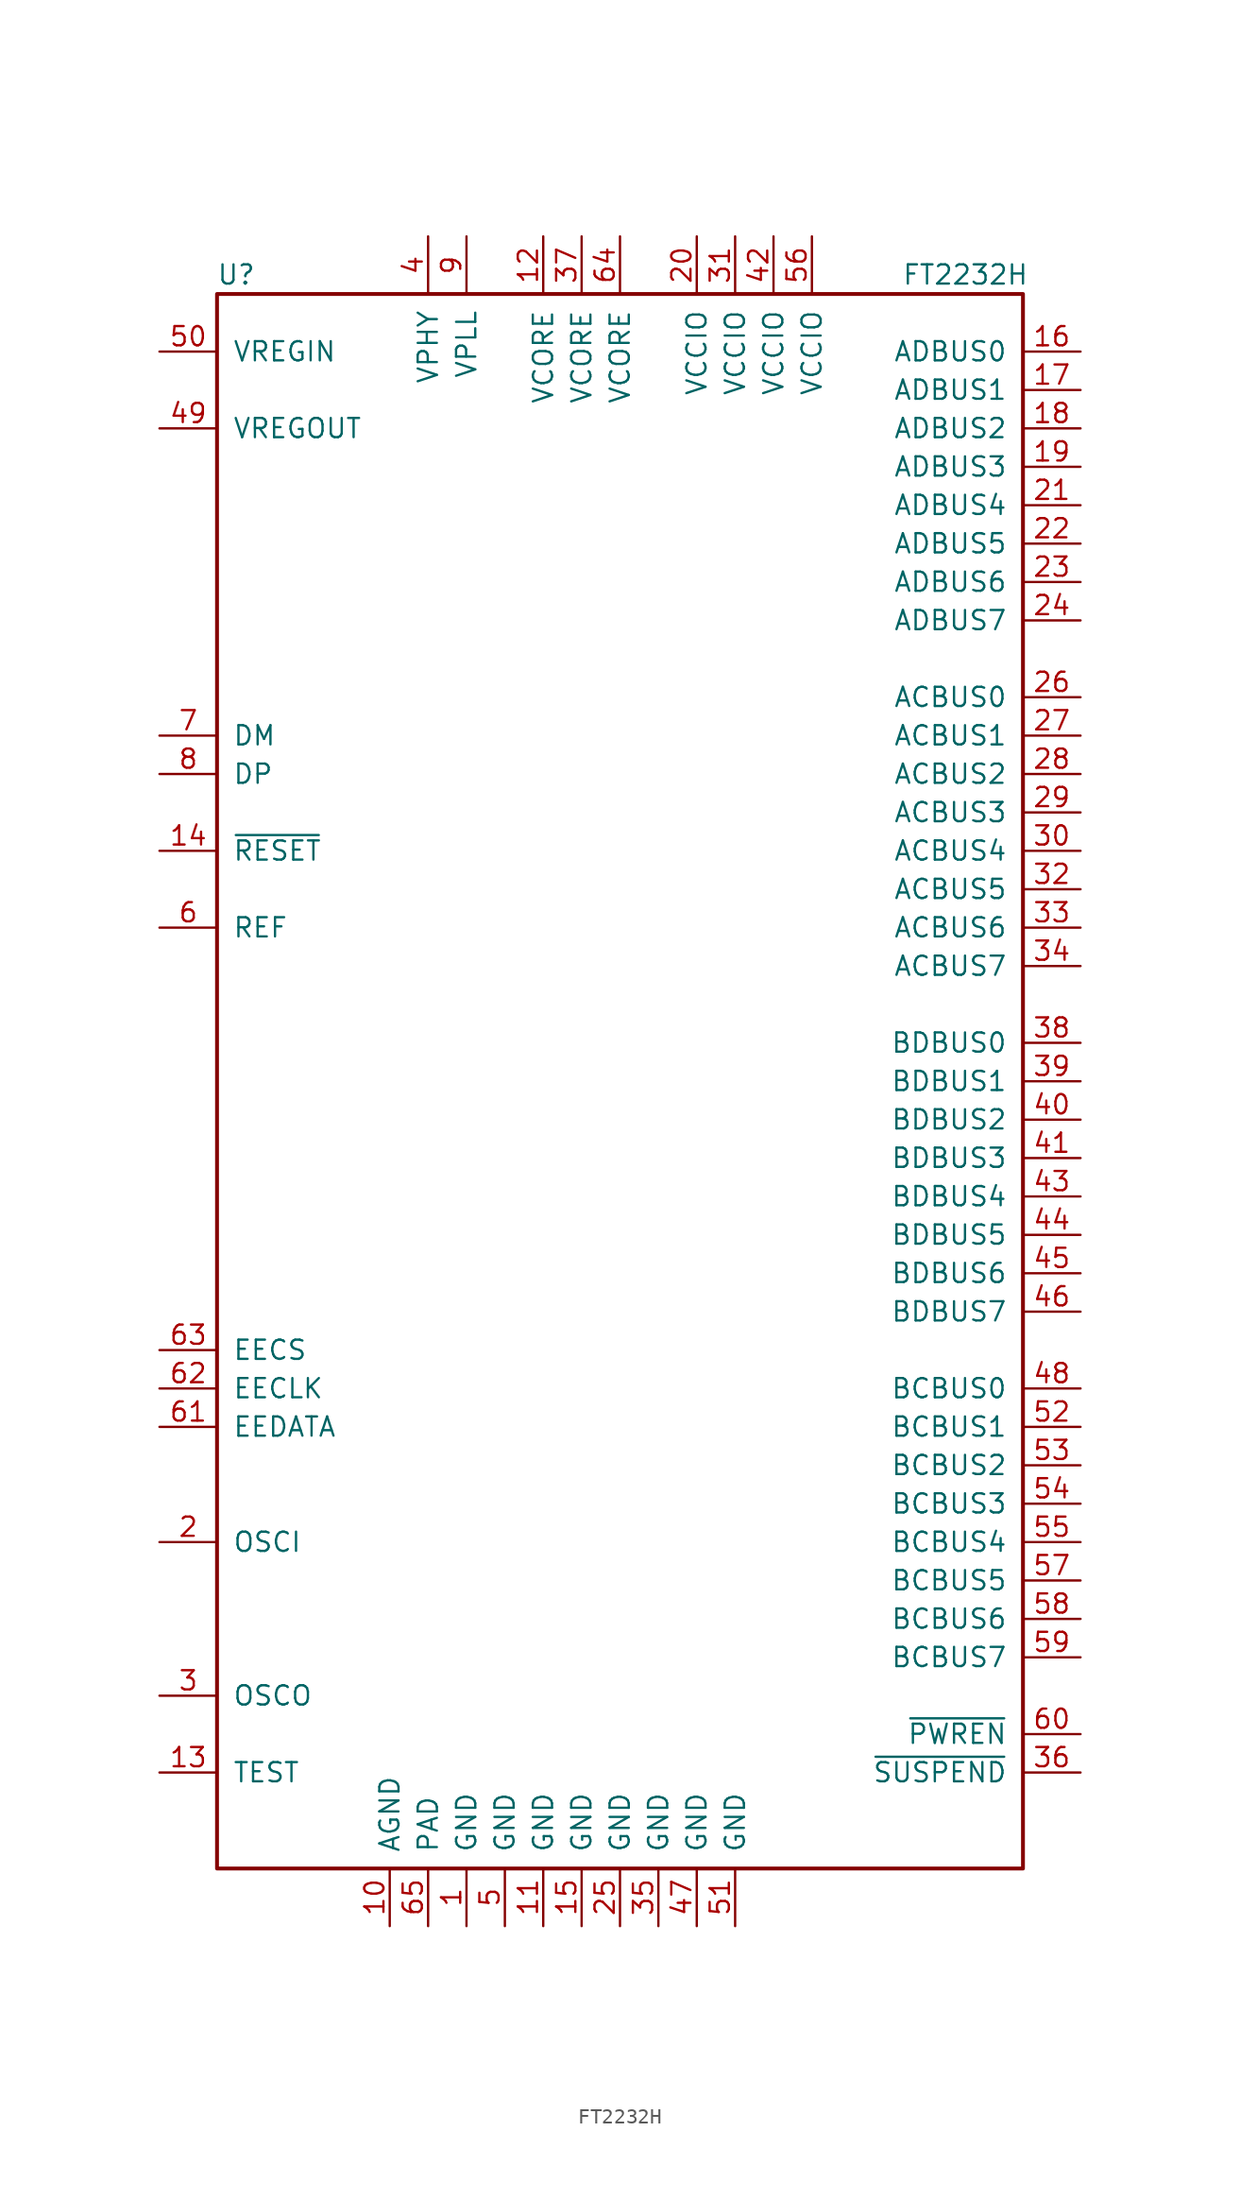
<source format=kicad_sym>
(kicad_symbol_lib
  (version 20211014)
  (generator kicad_symbol_editor)
  (symbol "FT2232H"
    (pin_names
      (offset 1.016))
    (property "Reference" "U"
      (at -25.4 53.34 0)
      (effects (font (size 1.27 1.27))))
    (property "Value" "FT2232H"
      (at 22.86 53.34 0)
      (effects (font (size 1.27 1.27))))
    (symbol "FT2232H_1_1"
      (rectangle (start -26.67 -52.07) (end 26.67 52.07) (stroke (width 0.254) (type default) (color 0 0 0 0)) (fill (type none)))
      (pin power_in line (at -10.16 -55.88 90) (length 3.81) (name "GND" (effects (font (size 1.27 1.27)))) (number "1" (effects (font (size 1.27 1.27)))))
      (pin power_in line (at -15.24 -55.88 90) (length 3.81) (name "AGND" (effects (font (size 1.27 1.27)))) (number "10" (effects (font (size 1.27 1.27)))))
      (pin power_in line (at -5.08 -55.88 90) (length 3.81) (name "GND" (effects (font (size 1.27 1.27)))) (number "11" (effects (font (size 1.27 1.27)))))
      (pin power_in line (at -5.08 55.88 270) (length 3.81) (name "VCORE" (effects (font (size 1.27 1.27)))) (number "12" (effects (font (size 1.27 1.27)))))
      (pin input line (at -30.48 -45.72 0) (length 3.81) (name "TEST" (effects (font (size 1.27 1.27)))) (number "13" (effects (font (size 1.27 1.27)))))
      (pin input line (at -30.48 15.24 0) (length 3.81) (name "~{RESET}" (effects (font (size 1.27 1.27)))) (number "14" (effects (font (size 1.27 1.27)))))
      (pin power_in line (at -2.54 -55.88 90) (length 3.81) (name "GND" (effects (font (size 1.27 1.27)))) (number "15" (effects (font (size 1.27 1.27)))))
      (pin bidirectional line (at 30.48 48.26 180) (length 3.81) (name "ADBUS0" (effects (font (size 1.27 1.27)))) (number "16" (effects (font (size 1.27 1.27)))))
      (pin bidirectional line (at 30.48 45.72 180) (length 3.81) (name "ADBUS1" (effects (font (size 1.27 1.27)))) (number "17" (effects (font (size 1.27 1.27)))))
      (pin bidirectional line (at 30.48 43.18 180) (length 3.81) (name "ADBUS2" (effects (font (size 1.27 1.27)))) (number "18" (effects (font (size 1.27 1.27)))))
      (pin bidirectional line (at 30.48 40.64 180) (length 3.81) (name "ADBUS3" (effects (font (size 1.27 1.27)))) (number "19" (effects (font (size 1.27 1.27)))))
      (pin input line (at -30.48 -30.48 0) (length 3.81) (name "OSCI" (effects (font (size 1.27 1.27)))) (number "2" (effects (font (size 1.27 1.27)))))
      (pin power_in line (at 5.08 55.88 270) (length 3.81) (name "VCCIO" (effects (font (size 1.27 1.27)))) (number "20" (effects (font (size 1.27 1.27)))))
      (pin bidirectional line (at 30.48 38.1 180) (length 3.81) (name "ADBUS4" (effects (font (size 1.27 1.27)))) (number "21" (effects (font (size 1.27 1.27)))))
      (pin bidirectional line (at 30.48 35.56 180) (length 3.81) (name "ADBUS5" (effects (font (size 1.27 1.27)))) (number "22" (effects (font (size 1.27 1.27)))))
      (pin bidirectional line (at 30.48 33.02 180) (length 3.81) (name "ADBUS6" (effects (font (size 1.27 1.27)))) (number "23" (effects (font (size 1.27 1.27)))))
      (pin bidirectional line (at 30.48 30.48 180) (length 3.81) (name "ADBUS7" (effects (font (size 1.27 1.27)))) (number "24" (effects (font (size 1.27 1.27)))))
      (pin power_in line (at 0 -55.88 90) (length 3.81) (name "GND" (effects (font (size 1.27 1.27)))) (number "25" (effects (font (size 1.27 1.27)))))
      (pin bidirectional line (at 30.48 25.4 180) (length 3.81) (name "ACBUS0" (effects (font (size 1.27 1.27)))) (number "26" (effects (font (size 1.27 1.27)))))
      (pin bidirectional line (at 30.48 22.86 180) (length 3.81) (name "ACBUS1" (effects (font (size 1.27 1.27)))) (number "27" (effects (font (size 1.27 1.27)))))
      (pin bidirectional line (at 30.48 20.32 180) (length 3.81) (name "ACBUS2" (effects (font (size 1.27 1.27)))) (number "28" (effects (font (size 1.27 1.27)))))
      (pin bidirectional line (at 30.48 17.78 180) (length 3.81) (name "ACBUS3" (effects (font (size 1.27 1.27)))) (number "29" (effects (font (size 1.27 1.27)))))
      (pin output line (at -30.48 -40.64 0) (length 3.81) (name "OSCO" (effects (font (size 1.27 1.27)))) (number "3" (effects (font (size 1.27 1.27)))))
      (pin bidirectional line (at 30.48 15.24 180) (length 3.81) (name "ACBUS4" (effects (font (size 1.27 1.27)))) (number "30" (effects (font (size 1.27 1.27)))))
      (pin power_in line (at 7.62 55.88 270) (length 3.81) (name "VCCIO" (effects (font (size 1.27 1.27)))) (number "31" (effects (font (size 1.27 1.27)))))
      (pin bidirectional line (at 30.48 12.7 180) (length 3.81) (name "ACBUS5" (effects (font (size 1.27 1.27)))) (number "32" (effects (font (size 1.27 1.27)))))
      (pin bidirectional line (at 30.48 10.16 180) (length 3.81) (name "ACBUS6" (effects (font (size 1.27 1.27)))) (number "33" (effects (font (size 1.27 1.27)))))
      (pin bidirectional line (at 30.48 7.62 180) (length 3.81) (name "ACBUS7" (effects (font (size 1.27 1.27)))) (number "34" (effects (font (size 1.27 1.27)))))
      (pin power_in line (at 2.54 -55.88 90) (length 3.81) (name "GND" (effects (font (size 1.27 1.27)))) (number "35" (effects (font (size 1.27 1.27)))))
      (pin output line (at 30.48 -45.72 180) (length 3.81) (name "~{SUSPEND}" (effects (font (size 1.27 1.27)))) (number "36" (effects (font (size 1.27 1.27)))))
      (pin power_in line (at -2.54 55.88 270) (length 3.81) (name "VCORE" (effects (font (size 1.27 1.27)))) (number "37" (effects (font (size 1.27 1.27)))))
      (pin bidirectional line (at 30.48 2.54 180) (length 3.81) (name "BDBUS0" (effects (font (size 1.27 1.27)))) (number "38" (effects (font (size 1.27 1.27)))))
      (pin bidirectional line (at 30.48 0 180) (length 3.81) (name "BDBUS1" (effects (font (size 1.27 1.27)))) (number "39" (effects (font (size 1.27 1.27)))))
      (pin power_in line (at -12.7 55.88 270) (length 3.81) (name "VPHY" (effects (font (size 1.27 1.27)))) (number "4" (effects (font (size 1.27 1.27)))))
      (pin bidirectional line (at 30.48 -2.54 180) (length 3.81) (name "BDBUS2" (effects (font (size 1.27 1.27)))) (number "40" (effects (font (size 1.27 1.27)))))
      (pin bidirectional line (at 30.48 -5.08 180) (length 3.81) (name "BDBUS3" (effects (font (size 1.27 1.27)))) (number "41" (effects (font (size 1.27 1.27)))))
      (pin power_in line (at 10.16 55.88 270) (length 3.81) (name "VCCIO" (effects (font (size 1.27 1.27)))) (number "42" (effects (font (size 1.27 1.27)))))
      (pin bidirectional line (at 30.48 -7.62 180) (length 3.81) (name "BDBUS4" (effects (font (size 1.27 1.27)))) (number "43" (effects (font (size 1.27 1.27)))))
      (pin bidirectional line (at 30.48 -10.16 180) (length 3.81) (name "BDBUS5" (effects (font (size 1.27 1.27)))) (number "44" (effects (font (size 1.27 1.27)))))
      (pin bidirectional line (at 30.48 -12.7 180) (length 3.81) (name "BDBUS6" (effects (font (size 1.27 1.27)))) (number "45" (effects (font (size 1.27 1.27)))))
      (pin bidirectional line (at 30.48 -15.24 180) (length 3.81) (name "BDBUS7" (effects (font (size 1.27 1.27)))) (number "46" (effects (font (size 1.27 1.27)))))
      (pin power_in line (at 5.08 -55.88 90) (length 3.81) (name "GND" (effects (font (size 1.27 1.27)))) (number "47" (effects (font (size 1.27 1.27)))))
      (pin bidirectional line (at 30.48 -20.32 180) (length 3.81) (name "BCBUS0" (effects (font (size 1.27 1.27)))) (number "48" (effects (font (size 1.27 1.27)))))
      (pin power_out line (at -30.48 43.18 0) (length 3.81) (name "VREGOUT" (effects (font (size 1.27 1.27)))) (number "49" (effects (font (size 1.27 1.27)))))
      (pin power_in line (at -7.62 -55.88 90) (length 3.81) (name "GND" (effects (font (size 1.27 1.27)))) (number "5" (effects (font (size 1.27 1.27)))))
      (pin power_in line (at -30.48 48.26 0) (length 3.81) (name "VREGIN" (effects (font (size 1.27 1.27)))) (number "50" (effects (font (size 1.27 1.27)))))
      (pin power_in line (at 7.62 -55.88 90) (length 3.81) (name "GND" (effects (font (size 1.27 1.27)))) (number "51" (effects (font (size 1.27 1.27)))))
      (pin bidirectional line (at 30.48 -22.86 180) (length 3.81) (name "BCBUS1" (effects (font (size 1.27 1.27)))) (number "52" (effects (font (size 1.27 1.27)))))
      (pin bidirectional line (at 30.48 -25.4 180) (length 3.81) (name "BCBUS2" (effects (font (size 1.27 1.27)))) (number "53" (effects (font (size 1.27 1.27)))))
      (pin bidirectional line (at 30.48 -27.94 180) (length 3.81) (name "BCBUS3" (effects (font (size 1.27 1.27)))) (number "54" (effects (font (size 1.27 1.27)))))
      (pin bidirectional line (at 30.48 -30.48 180) (length 3.81) (name "BCBUS4" (effects (font (size 1.27 1.27)))) (number "55" (effects (font (size 1.27 1.27)))))
      (pin power_in line (at 12.7 55.88 270) (length 3.81) (name "VCCIO" (effects (font (size 1.27 1.27)))) (number "56" (effects (font (size 1.27 1.27)))))
      (pin bidirectional line (at 30.48 -33.02 180) (length 3.81) (name "BCBUS5" (effects (font (size 1.27 1.27)))) (number "57" (effects (font (size 1.27 1.27)))))
      (pin bidirectional line (at 30.48 -35.56 180) (length 3.81) (name "BCBUS6" (effects (font (size 1.27 1.27)))) (number "58" (effects (font (size 1.27 1.27)))))
      (pin bidirectional line (at 30.48 -38.1 180) (length 3.81) (name "BCBUS7" (effects (font (size 1.27 1.27)))) (number "59" (effects (font (size 1.27 1.27)))))
      (pin output line (at -30.48 10.16 0) (length 3.81) (name "REF" (effects (font (size 1.27 1.27)))) (number "6" (effects (font (size 1.27 1.27)))))
      (pin output line (at 30.48 -43.18 180) (length 3.81) (name "~{PWREN}" (effects (font (size 1.27 1.27)))) (number "60" (effects (font (size 1.27 1.27)))))
      (pin bidirectional line (at -30.48 -22.86 0) (length 3.81) (name "EEDATA" (effects (font (size 1.27 1.27)))) (number "61" (effects (font (size 1.27 1.27)))))
      (pin output line (at -30.48 -20.32 0) (length 3.81) (name "EECLK" (effects (font (size 1.27 1.27)))) (number "62" (effects (font (size 1.27 1.27)))))
      (pin output line (at -30.48 -17.78 0) (length 3.81) (name "EECS" (effects (font (size 1.27 1.27)))) (number "63" (effects (font (size 1.27 1.27)))))
      (pin power_in line (at 0 55.88 270) (length 3.81) (name "VCORE" (effects (font (size 1.27 1.27)))) (number "64" (effects (font (size 1.27 1.27)))))
      (pin passive line (at -12.7 -55.88 90) (length 3.81) (name "PAD" (effects (font (size 1.27 1.27)))) (number "65" (effects (font (size 1.27 1.27)))))
      (pin bidirectional line (at -30.48 22.86 0) (length 3.81) (name "DM" (effects (font (size 1.27 1.27)))) (number "7" (effects (font (size 1.27 1.27)))))
      (pin bidirectional line (at -30.48 20.32 0) (length 3.81) (name "DP" (effects (font (size 1.27 1.27)))) (number "8" (effects (font (size 1.27 1.27)))))
      (pin input line (at -10.16 55.88 270) (length 3.81) (name "VPLL" (effects (font (size 1.27 1.27)))) (number "9" (effects (font (size 1.27 1.27))))))))
</source>
